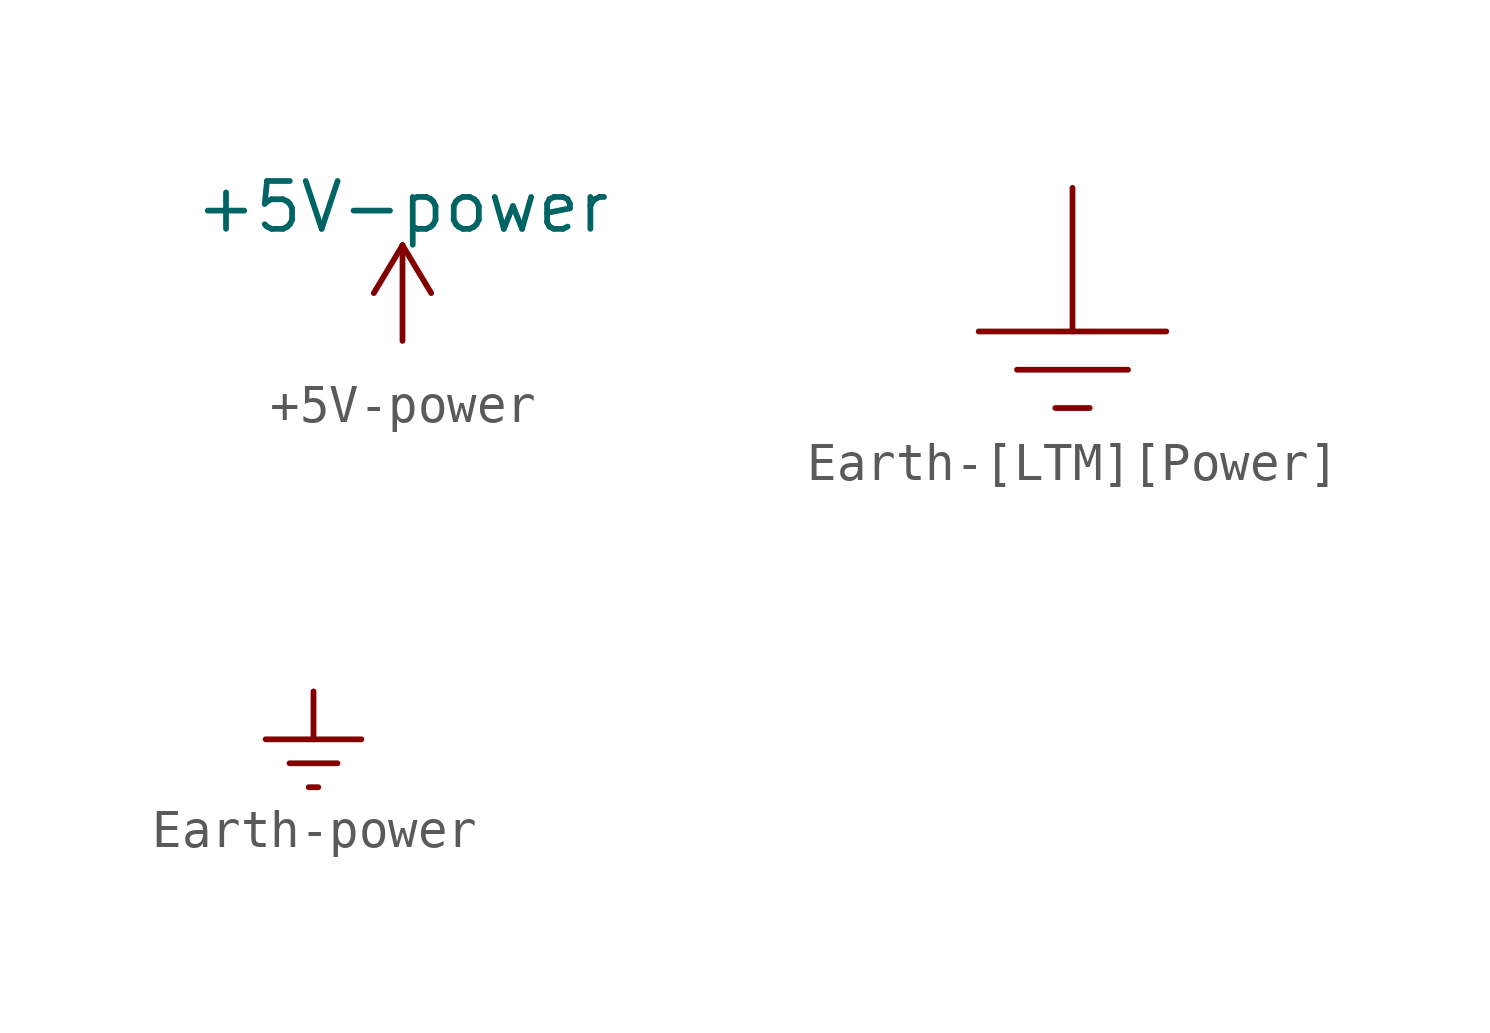
<source format=kicad_sym>
(kicad_symbol_lib
  (version 20210619)
  (generator kicad_symbol_editor)
  (symbol "+5V-power"
    (power)
    (pin_names
      (offset 0))
    (property "Reference" "#PWR"
      (at 0 -3.81 0)
      (effects (font (size 1.27 1.27)) hide))
    (property "Value" "+5V-power"
      (at 0 3.556 0)
      (effects (font (size 1.27 1.27))))
    (symbol "+5V-power_0_1"
      (polyline (pts (xy -0.762 1.27) (xy 0 2.54)) (stroke (width 0)) (fill (type none)))
      (polyline (pts (xy 0 0) (xy 0 2.54)) (stroke (width 0)) (fill (type none)))
      (polyline (pts (xy 0 2.54) (xy 0.762 1.27)) (stroke (width 0)) (fill (type none))))
    (symbol "+5V-power_1_1"
      (pin power_in line (at 0 0 90) (length 0) hide (name "+5V" (effects (font (size 1.27 1.27)))) (number "1" (effects (font (size 1.27 1.27)))))))
  (symbol "Earth-[LTM][Power]"
    (power)
    (pin_numbers hide)
    (pin_names
      (offset 0) hide)
    (property "Reference" "#PWR"
      (at 0 1.27 0)
      (effects (font (size 1.524 1.524)) hide))
    (property "Footprint" ""
      (at 0 0 0)
      (effects (font (size 1.524 1.524))))
    (symbol "Earth-[LTM][Power]_0_1"
      (polyline (pts (xy -2.489 -3.81) (xy 2.489 -3.81)) (stroke (width 0)) (fill (type none)))
      (polyline (pts (xy -1.473 -4.826) (xy 1.473 -4.826)) (stroke (width 0)) (fill (type none)))
      (polyline (pts (xy -0.457 -5.842) (xy 0.457 -5.842)) (stroke (width 0)) (fill (type none)))
      (polyline (pts (xy 0 0) (xy 0 -3.81)) (stroke (width 0)) (fill (type none))))
    (symbol "Earth-[LTM][Power]_1_1"
      (pin power_in line (at 0 0 270) (length 0) hide (name "Earth" (effects (font (size 1.27 1.27)))) (number "1" (effects (font (size 1.27 1.27)))))))
  (symbol "Earth-power"
    (power)
    (pin_names
      (offset 0))
    (property "Reference" "#PWR"
      (at 0 -6.35 0)
      (effects (font (size 1.27 1.27)) hide))
    (symbol "Earth-power_0_1"
      (polyline (pts (xy -0.635 -1.905) (xy 0.635 -1.905)) (stroke (width 0)) (fill (type none)))
      (polyline (pts (xy -0.127 -2.54) (xy 0.127 -2.54)) (stroke (width 0)) (fill (type none)))
      (polyline (pts (xy 0 -1.27) (xy 0 0)) (stroke (width 0)) (fill (type none)))
      (polyline (pts (xy 1.27 -1.27) (xy -1.27 -1.27)) (stroke (width 0)) (fill (type none))))
    (symbol "Earth-power_1_1"
      (pin power_in line (at 0 0 270) (length 0) hide (name "Earth" (effects (font (size 1.27 1.27)))) (number "1" (effects (font (size 1.27 1.27))))))))
</source>
